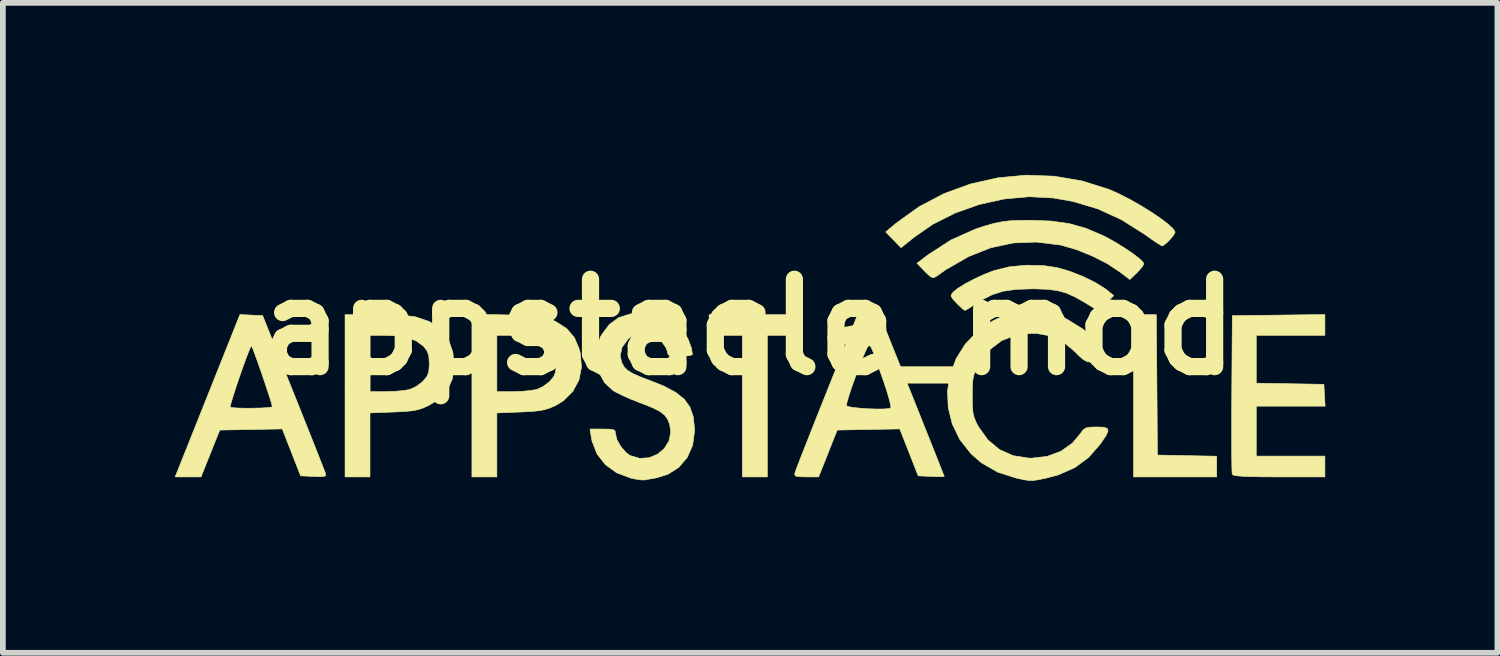
<source format=kicad_pcb>
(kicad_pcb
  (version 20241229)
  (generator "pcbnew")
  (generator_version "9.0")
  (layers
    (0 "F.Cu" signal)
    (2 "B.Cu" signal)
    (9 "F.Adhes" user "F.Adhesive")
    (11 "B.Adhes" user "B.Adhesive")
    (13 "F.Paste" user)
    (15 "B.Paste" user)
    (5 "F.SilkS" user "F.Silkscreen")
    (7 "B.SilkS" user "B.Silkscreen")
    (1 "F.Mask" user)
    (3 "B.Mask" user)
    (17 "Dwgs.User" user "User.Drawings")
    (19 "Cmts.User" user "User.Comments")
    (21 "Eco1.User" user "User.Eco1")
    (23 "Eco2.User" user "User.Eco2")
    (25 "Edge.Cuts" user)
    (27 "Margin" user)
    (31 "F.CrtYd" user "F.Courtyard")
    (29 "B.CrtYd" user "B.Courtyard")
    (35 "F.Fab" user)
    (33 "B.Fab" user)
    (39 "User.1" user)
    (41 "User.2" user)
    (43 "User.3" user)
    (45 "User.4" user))
  (footprint "appstacle_mod"
    (layer "F.Cu")
    (at 10.007 2.655)
    (property "Reference" "appstacle_mod" (at 0 0 0) (layer "F.SilkS") (effects (font (size 1.524 1.524) (thickness 0.3))))
    (attr through_hole)
    (fp_poly (pts (xy 0.907 0.145) (xy 0.327 0.145) (xy 0.327 2.613) (xy -0.109 2.613) (xy -0.109 0.145) (xy -0.689 0.145) (xy -0.689 -0.218) (xy 0.907 -0.218) (xy 0.907 0.145)) (stroke (width 0.01) (type solid)) (fill yes) (layer "F.SilkS"))
    (fp_poly (pts (xy 7.121 1.007) (xy 7.13 2.232) (xy 7.647 2.242) (xy 8.164 2.252) (xy 8.164 2.613) (xy 6.713 2.613) (xy 6.713 -0.218) (xy 7.111 -0.218) (xy 7.121 1.007)) (stroke (width 0.01) (type solid)) (fill yes) (layer "F.SilkS"))
    (fp_poly (pts (xy 10.051 0.145) (xy 8.854 0.145) (xy 8.854 0.978) (xy 10.033 0.998) (xy 10.044 1.188) (xy 10.055 1.379) (xy 8.854 1.379) (xy 8.854 2.25) (xy 10.051 2.25) (xy 10.051 2.613) (xy 9.252 2.613) (xy 8.974 2.612) (xy 8.763 2.608) (xy 8.61 2.602) (xy 8.508 2.593) (xy 8.452 2.58) (xy 8.435 2.567) (xy 8.431 2.522) (xy 8.428 2.412) (xy 8.426 2.246) (xy 8.425 2.033) (xy 8.425 1.78) (xy 8.425 1.496) (xy 8.427 1.189) (xy 8.427 1.161) (xy 8.436 -0.2) (xy 9.244 -0.209) (xy 10.051 -0.219) (xy 10.051 0.145)) (stroke (width 0.01) (type solid)) (fill yes) (layer "F.SilkS"))
    (fp_poly (pts (xy 5.149 -1.072) (xy 5.383 -1.037) (xy 5.603 -0.973) (xy 5.833 -0.882) (xy 6.049 -0.776) (xy 6.225 -0.665) (xy 6.259 -0.638) (xy 6.368 -0.549) (xy 6.236 -0.415) (xy 6.104 -0.281) (xy 5.891 -0.412) (xy 5.708 -0.518) (xy 5.55 -0.591) (xy 5.394 -0.635) (xy 5.218 -0.659) (xy 4.998 -0.667) (xy 4.935 -0.667) (xy 4.665 -0.658) (xy 4.445 -0.627) (xy 4.251 -0.566) (xy 4.064 -0.472) (xy 3.95 -0.399) (xy 3.857 -0.338) (xy 3.791 -0.299) (xy 3.772 -0.291) (xy 3.737 -0.314) (xy 3.671 -0.375) (xy 3.629 -0.416) (xy 3.558 -0.494) (xy 3.531 -0.542) (xy 3.544 -0.581) (xy 3.57 -0.612) (xy 3.651 -0.678) (xy 3.783 -0.759) (xy 3.945 -0.844) (xy 4.119 -0.924) (xy 4.272 -0.983) (xy 4.54 -1.05) (xy 4.842 -1.08) (xy 5.149 -1.072)) (stroke (width 0.01) (type solid)) (fill yes) (layer "F.SilkS"))
    (fp_poly (pts (xy 5.332 -2.632) (xy 5.817 -2.549) (xy 6.287 -2.401) (xy 6.295 -2.398) (xy 6.466 -2.321) (xy 6.652 -2.226) (xy 6.84 -2.119) (xy 7.021 -2.007) (xy 7.182 -1.898) (xy 7.313 -1.799) (xy 7.402 -1.717) (xy 7.438 -1.659) (xy 7.439 -1.655) (xy 7.414 -1.606) (xy 7.357 -1.535) (xy 7.288 -1.466) (xy 7.229 -1.421) (xy 7.212 -1.415) (xy 7.174 -1.435) (xy 7.092 -1.488) (xy 6.98 -1.566) (xy 6.906 -1.619) (xy 6.503 -1.873) (xy 6.091 -2.062) (xy 5.655 -2.192) (xy 5.313 -2.252) (xy 4.894 -2.274) (xy 4.459 -2.235) (xy 4.024 -2.139) (xy 3.603 -1.99) (xy 3.213 -1.794) (xy 2.881 -1.564) (xy 2.659 -1.384) (xy 2.39 -1.659) (xy 2.574 -1.813) (xy 2.972 -2.099) (xy 3.405 -2.327) (xy 3.867 -2.496) (xy 4.348 -2.604) (xy 4.839 -2.65) (xy 5.332 -2.632)) (stroke (width 0.01) (type solid)) (fill yes) (layer "F.SilkS"))
    (fp_poly (pts (xy 5.277 -1.85) (xy 5.591 -1.805) (xy 5.883 -1.723) (xy 6.174 -1.599) (xy 6.241 -1.566) (xy 6.397 -1.479) (xy 6.551 -1.384) (xy 6.691 -1.29) (xy 6.803 -1.205) (xy 6.874 -1.139) (xy 6.894 -1.105) (xy 6.87 -1.059) (xy 6.809 -0.986) (xy 6.772 -0.948) (xy 6.649 -0.829) (xy 6.472 -0.964) (xy 6.255 -1.107) (xy 5.994 -1.24) (xy 5.72 -1.351) (xy 5.461 -1.426) (xy 5.435 -1.432) (xy 5.02 -1.483) (xy 4.618 -1.468) (xy 4.225 -1.384) (xy 3.836 -1.23) (xy 3.446 -1.006) (xy 3.282 -0.89) (xy 3.235 -0.862) (xy 3.192 -0.867) (xy 3.134 -0.912) (xy 3.071 -0.974) (xy 2.936 -1.113) (xy 3.135 -1.264) (xy 3.529 -1.519) (xy 3.954 -1.709) (xy 4.118 -1.763) (xy 4.272 -1.807) (xy 4.407 -1.835) (xy 4.546 -1.853) (xy 4.712 -1.861) (xy 4.917 -1.863) (xy 5.277 -1.85)) (stroke (width 0.01) (type solid)) (fill yes) (layer "F.SilkS"))
    (fp_poly (pts (xy -6.31 -0.215) (xy -6.114 -0.208) (xy -5.948 -0.197) (xy -5.83 -0.183) (xy -5.811 -0.179) (xy -5.566 -0.096) (xy -5.374 0.035) (xy -5.238 0.214) (xy -5.159 0.436) (xy -5.138 0.658) (xy -5.165 0.896) (xy -5.249 1.091) (xy -5.394 1.25) (xy -5.564 1.358) (xy -5.665 1.406) (xy -5.757 1.438) (xy -5.861 1.459) (xy -5.997 1.472) (xy -6.184 1.481) (xy -6.189 1.481) (xy -6.604 1.497) (xy -6.604 2.613) (xy -7.039 2.613) (xy -7.039 0.145) (xy -6.604 0.145) (xy -6.604 1.125) (xy -6.323 1.125) (xy -6.167 1.12) (xy -6.022 1.107) (xy -5.917 1.09) (xy -5.913 1.089) (xy -5.801 1.038) (xy -5.693 0.958) (xy -5.677 0.941) (xy -5.611 0.861) (xy -5.579 0.779) (xy -5.57 0.662) (xy -5.57 0.635) (xy -5.577 0.508) (xy -5.604 0.422) (xy -5.662 0.344) (xy -5.673 0.332) (xy -5.8 0.239) (xy -5.973 0.179) (xy -6.201 0.149) (xy -6.348 0.145) (xy -6.604 0.145) (xy -7.039 0.145) (xy -7.039 -0.218) (xy -6.515 -0.218) (xy -6.31 -0.215)) (stroke (width 0.01) (type solid)) (fill yes) (layer "F.SilkS"))
    (fp_poly (pts (xy -4.2 -0.212) (xy -3.971 -0.207) (xy -3.801 -0.201) (xy -3.675 -0.192) (xy -3.582 -0.178) (xy -3.506 -0.158) (xy -3.434 -0.13) (xy -3.365 -0.097) (xy -3.174 0.025) (xy -3.04 0.181) (xy -2.954 0.384) (xy -2.935 0.457) (xy -2.915 0.699) (xy -2.96 0.925) (xy -3.068 1.124) (xy -3.231 1.286) (xy -3.36 1.364) (xy -3.463 1.41) (xy -3.561 1.441) (xy -3.673 1.461) (xy -3.822 1.474) (xy -3.979 1.481) (xy -4.391 1.497) (xy -4.391 2.613) (xy -4.826 2.613) (xy -4.826 0.145) (xy -4.391 0.145) (xy -4.391 1.125) (xy -4.109 1.125) (xy -3.953 1.12) (xy -3.808 1.107) (xy -3.704 1.09) (xy -3.699 1.089) (xy -3.588 1.038) (xy -3.48 0.958) (xy -3.463 0.941) (xy -3.398 0.861) (xy -3.366 0.779) (xy -3.357 0.662) (xy -3.356 0.635) (xy -3.363 0.508) (xy -3.39 0.422) (xy -3.449 0.344) (xy -3.46 0.332) (xy -3.586 0.239) (xy -3.76 0.179) (xy -3.988 0.149) (xy -4.134 0.145) (xy -4.391 0.145) (xy -4.826 0.145) (xy -4.826 -0.225) (xy -4.2 -0.212)) (stroke (width 0.01) (type solid)) (fill yes) (layer "F.SilkS"))
    (fp_poly (pts (xy -8.674 -0.209) (xy -8.476 -0.2) (xy -7.939 1.143) (xy -7.82 1.439) (xy -7.71 1.716) (xy -7.61 1.966) (xy -7.525 2.182) (xy -7.457 2.355) (xy -7.408 2.478) (xy -7.383 2.544) (xy -7.381 2.551) (xy -7.376 2.586) (xy -7.402 2.604) (xy -7.472 2.609) (xy -7.587 2.605) (xy -7.814 2.594) (xy -7.974 2.185) (xy -8.134 1.776) (xy -9.224 1.796) (xy -9.551 2.613) (xy -10.002 2.613) (xy -9.511 1.383) (xy -9.042 1.383) (xy -9.042 1.397) (xy -8.998 1.406) (xy -8.904 1.412) (xy -8.777 1.415) (xy -8.637 1.414) (xy -8.502 1.411) (xy -8.39 1.404) (xy -8.321 1.395) (xy -8.308 1.388) (xy -8.318 1.342) (xy -8.347 1.245) (xy -8.391 1.111) (xy -8.443 0.954) (xy -8.499 0.789) (xy -8.555 0.63) (xy -8.605 0.491) (xy -8.644 0.387) (xy -8.668 0.332) (xy -8.672 0.327) (xy -8.691 0.359) (xy -8.727 0.446) (xy -8.776 0.573) (xy -8.831 0.727) (xy -8.889 0.892) (xy -8.943 1.055) (xy -8.99 1.2) (xy -9.025 1.315) (xy -9.042 1.383) (xy -9.511 1.383) (xy -9.437 1.197) (xy -8.872 -0.219) (xy -8.674 -0.209)) (stroke (width 0.01) (type solid)) (fill yes) (layer "F.SilkS"))
    (fp_poly (pts (xy 2.098 -0.21) (xy 2.293 -0.2) (xy 2.852 1.197) (xy 2.972 1.497) (xy 3.083 1.775) (xy 3.183 2.025) (xy 3.268 2.239) (xy 3.335 2.41) (xy 3.383 2.532) (xy 3.408 2.596) (xy 3.411 2.605) (xy 3.378 2.609) (xy 3.292 2.609) (xy 3.184 2.605) (xy 2.957 2.594) (xy 2.797 2.185) (xy 2.636 1.776) (xy 2.091 1.786) (xy 1.545 1.796) (xy 1.221 2.613) (xy 1.005 2.613) (xy 0.886 2.61) (xy 0.824 2.6) (xy 0.804 2.577) (xy 0.809 2.539) (xy 0.826 2.49) (xy 0.868 2.381) (xy 0.93 2.22) (xy 1.011 2.015) (xy 1.106 1.774) (xy 1.213 1.503) (xy 1.267 1.369) (xy 1.705 1.369) (xy 1.738 1.386) (xy 1.826 1.402) (xy 1.951 1.415) (xy 2.093 1.425) (xy 2.236 1.429) (xy 2.36 1.428) (xy 2.449 1.421) (xy 2.479 1.411) (xy 2.479 1.37) (xy 2.457 1.275) (xy 2.417 1.137) (xy 2.363 0.971) (xy 2.345 0.92) (xy 2.27 0.706) (xy 2.215 0.551) (xy 2.176 0.445) (xy 2.149 0.379) (xy 2.13 0.343) (xy 2.115 0.329) (xy 2.1 0.327) (xy 2.092 0.327) (xy 2.068 0.359) (xy 2.028 0.445) (xy 1.975 0.572) (xy 1.916 0.724) (xy 1.855 0.888) (xy 1.798 1.048) (xy 1.751 1.191) (xy 1.718 1.302) (xy 1.705 1.367) (xy 1.705 1.369) (xy 1.267 1.369) (xy 1.33 1.211) (xy 1.365 1.122) (xy 1.902 -0.221) (xy 2.098 -0.21)) (stroke (width 0.01) (type solid)) (fill yes) (layer "F.SilkS"))
    (fp_poly (pts (xy 5.122 -0.234) (xy 5.255 -0.228) (xy 5.355 -0.213) (xy 5.441 -0.187) (xy 5.533 -0.147) (xy 5.553 -0.137) (xy 5.836 0.038) (xy 6.064 0.256) (xy 6.164 0.392) (xy 6.225 0.492) (xy 6.267 0.566) (xy 6.277 0.593) (xy 6.245 0.606) (xy 6.16 0.615) (xy 6.076 0.617) (xy 5.97 0.614) (xy 5.895 0.599) (xy 5.828 0.559) (xy 5.745 0.484) (xy 5.686 0.424) (xy 5.486 0.256) (xy 5.27 0.155) (xy 5.023 0.111) (xy 4.935 0.109) (xy 4.656 0.141) (xy 4.411 0.237) (xy 4.203 0.396) (xy 4.032 0.617) (xy 4.008 0.658) (xy 3.957 0.758) (xy 3.925 0.845) (xy 3.908 0.942) (xy 3.902 1.074) (xy 3.901 1.197) (xy 3.903 1.366) (xy 3.912 1.484) (xy 3.933 1.576) (xy 3.97 1.665) (xy 4.008 1.737) (xy 4.173 1.967) (xy 4.375 2.136) (xy 4.614 2.242) (xy 4.888 2.285) (xy 4.937 2.286) (xy 5.204 2.255) (xy 5.443 2.167) (xy 5.645 2.026) (xy 5.78 1.866) (xy 5.831 1.796) (xy 5.883 1.759) (xy 5.96 1.745) (xy 6.069 1.742) (xy 6.19 1.746) (xy 6.256 1.767) (xy 6.269 1.812) (xy 6.233 1.894) (xy 6.147 2.02) (xy 6.135 2.038) (xy 5.93 2.273) (xy 5.689 2.451) (xy 5.404 2.577) (xy 5.194 2.633) (xy 5.06 2.661) (xy 4.969 2.675) (xy 4.894 2.676) (xy 4.806 2.663) (xy 4.679 2.636) (xy 4.659 2.631) (xy 4.34 2.528) (xy 4.06 2.367) (xy 3.88 2.21) (xy 3.684 1.962) (xy 3.552 1.69) (xy 3.481 1.404) (xy 3.469 1.112) (xy 3.516 0.824) (xy 3.62 0.55) (xy 3.778 0.298) (xy 3.989 0.077) (xy 4.251 -0.103) (xy 4.314 -0.136) (xy 4.409 -0.18) (xy 4.495 -0.209) (xy 4.59 -0.226) (xy 4.715 -0.234) (xy 4.888 -0.236) (xy 4.935 -0.236) (xy 5.122 -0.234)) (stroke (width 0.01) (type solid)) (fill yes) (layer "F.SilkS"))
    (fp_poly (pts (xy -1.673 -0.246) (xy -1.491 -0.208) (xy -1.334 -0.129) (xy -1.229 -0.046) (xy -1.134 0.068) (xy -1.052 0.217) (xy -0.996 0.371) (xy -0.98 0.478) (xy -1.013 0.494) (xy -1.098 0.505) (xy -1.197 0.508) (xy -1.319 0.506) (xy -1.384 0.494) (xy -1.411 0.468) (xy -1.415 0.432) (xy -1.44 0.362) (xy -1.502 0.272) (xy -1.539 0.232) (xy -1.63 0.153) (xy -1.717 0.117) (xy -1.832 0.109) (xy -1.954 0.119) (xy -2.042 0.158) (xy -2.106 0.213) (xy -2.209 0.355) (xy -2.24 0.5) (xy -2.214 0.616) (xy -2.172 0.692) (xy -2.111 0.755) (xy -2.015 0.813) (xy -1.871 0.875) (xy -1.751 0.92) (xy -1.479 1.028) (xy -1.273 1.138) (xy -1.123 1.257) (xy -1.024 1.395) (xy -0.967 1.558) (xy -0.945 1.757) (xy -0.944 1.822) (xy -0.977 2.063) (xy -1.07 2.273) (xy -1.217 2.445) (xy -1.408 2.568) (xy -1.615 2.631) (xy -1.721 2.649) (xy -1.803 2.664) (xy -1.814 2.667) (xy -1.879 2.665) (xy -1.985 2.649) (xy -2.058 2.633) (xy -2.3 2.542) (xy -2.497 2.4) (xy -2.643 2.215) (xy -2.73 1.993) (xy -2.742 1.932) (xy -2.767 1.778) (xy -2.545 1.778) (xy -2.422 1.78) (xy -2.356 1.79) (xy -2.328 1.815) (xy -2.322 1.862) (xy -2.322 1.863) (xy -2.296 1.968) (xy -2.228 2.085) (xy -2.138 2.188) (xy -2.067 2.24) (xy -1.901 2.289) (xy -1.739 2.279) (xy -1.591 2.219) (xy -1.47 2.117) (xy -1.388 1.984) (xy -1.358 1.829) (xy -1.376 1.702) (xy -1.412 1.609) (xy -1.465 1.535) (xy -1.548 1.471) (xy -1.674 1.407) (xy -1.854 1.335) (xy -1.892 1.321) (xy -2.056 1.256) (xy -2.209 1.188) (xy -2.328 1.128) (xy -2.367 1.105) (xy -2.514 0.967) (xy -2.612 0.789) (xy -2.659 0.586) (xy -2.651 0.375) (xy -2.585 0.172) (xy -2.562 0.131) (xy -2.429 -0.046) (xy -2.266 -0.165) (xy -2.063 -0.23) (xy -1.902 -0.248) (xy -1.673 -0.246)) (stroke (width 0.01) (type solid)) (fill yes) (layer "F.SilkS")))
  (gr_rect
    (start -3 -3)
    (end 23.067 8.336)
    (stroke (width 0.1) (type default))
    (fill no)
    (layer "Edge.Cuts")))
</source>
